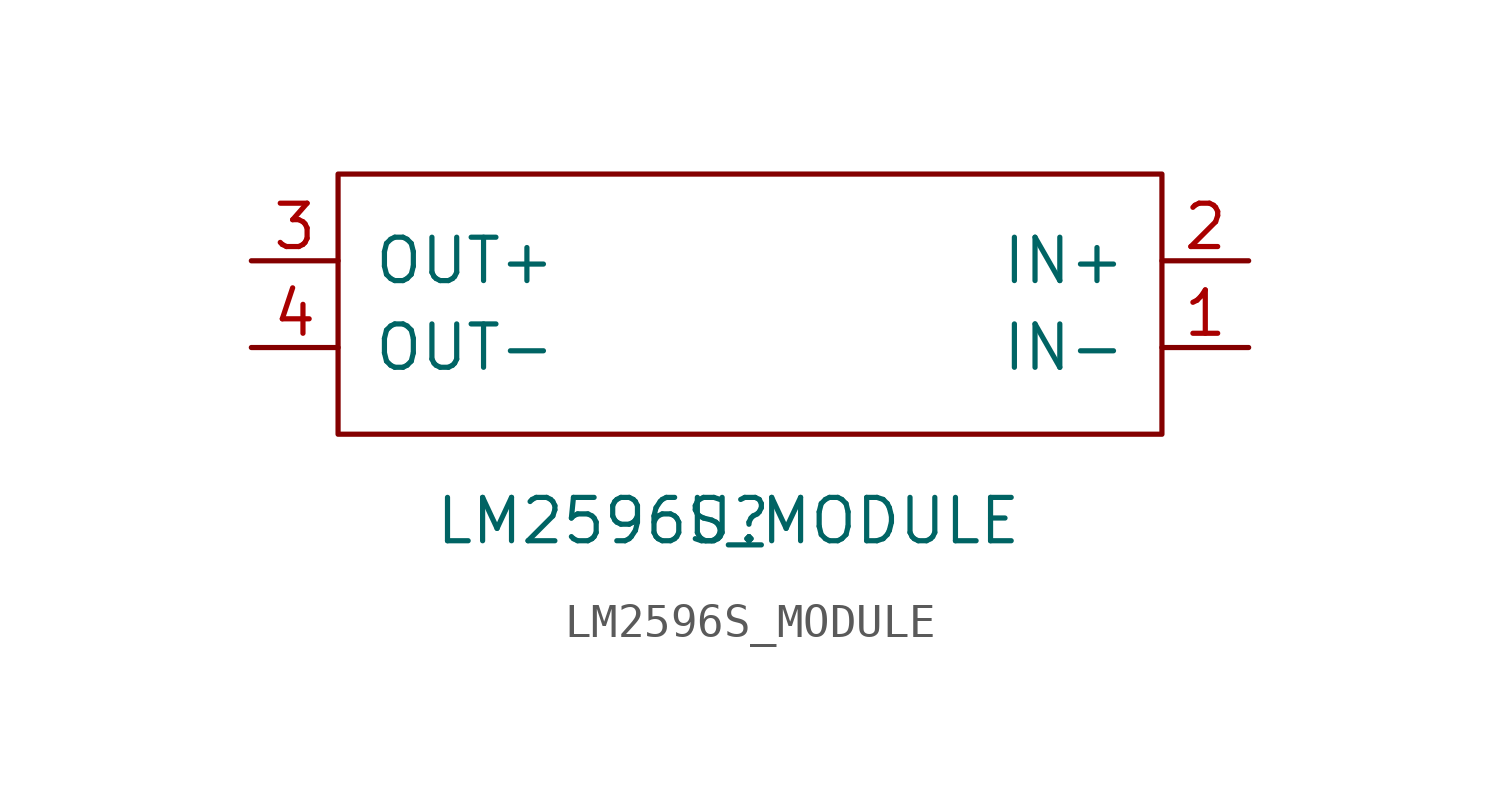
<source format=kicad_sym>
(kicad_symbol_lib
  (version 20211014)
  (generator kicad_symbol_editor)
  (symbol "LM2596S_MODULE"
    (pin_names
      (offset 1.016))
    (property "Reference" "U"
      (at 0 0 0)
      (effects (font (size 1.27 1.27))))
    (property "Value" "LM2596S_MODULE"
      (at 0 0 0)
      (effects (font (size 1.27 1.27))))
    (symbol "LM2596S_MODULE_0_1"
      (rectangle (start 12.7 2.54) (end -11.43 10.16) (stroke (width 0) (type default) (color 0 0 0 0)) (fill (type none))))
    (symbol "LM2596S_MODULE_1_1"
      (pin power_in line (at 15.24 5.08 180) (length 2.54) (name "IN-" (effects (font (size 1.27 1.27)))) (number "1" (effects (font (size 1.27 1.27)))))
      (pin power_in line (at 15.24 7.62 180) (length 2.54) (name "IN+" (effects (font (size 1.27 1.27)))) (number "2" (effects (font (size 1.27 1.27)))))
      (pin power_out line (at -13.97 7.62 0) (length 2.54) (name "OUT+" (effects (font (size 1.27 1.27)))) (number "3" (effects (font (size 1.27 1.27)))))
      (pin power_out line (at -13.97 5.08 0) (length 2.54) (name "OUT-" (effects (font (size 1.27 1.27)))) (number "4" (effects (font (size 1.27 1.27))))))))
</source>
